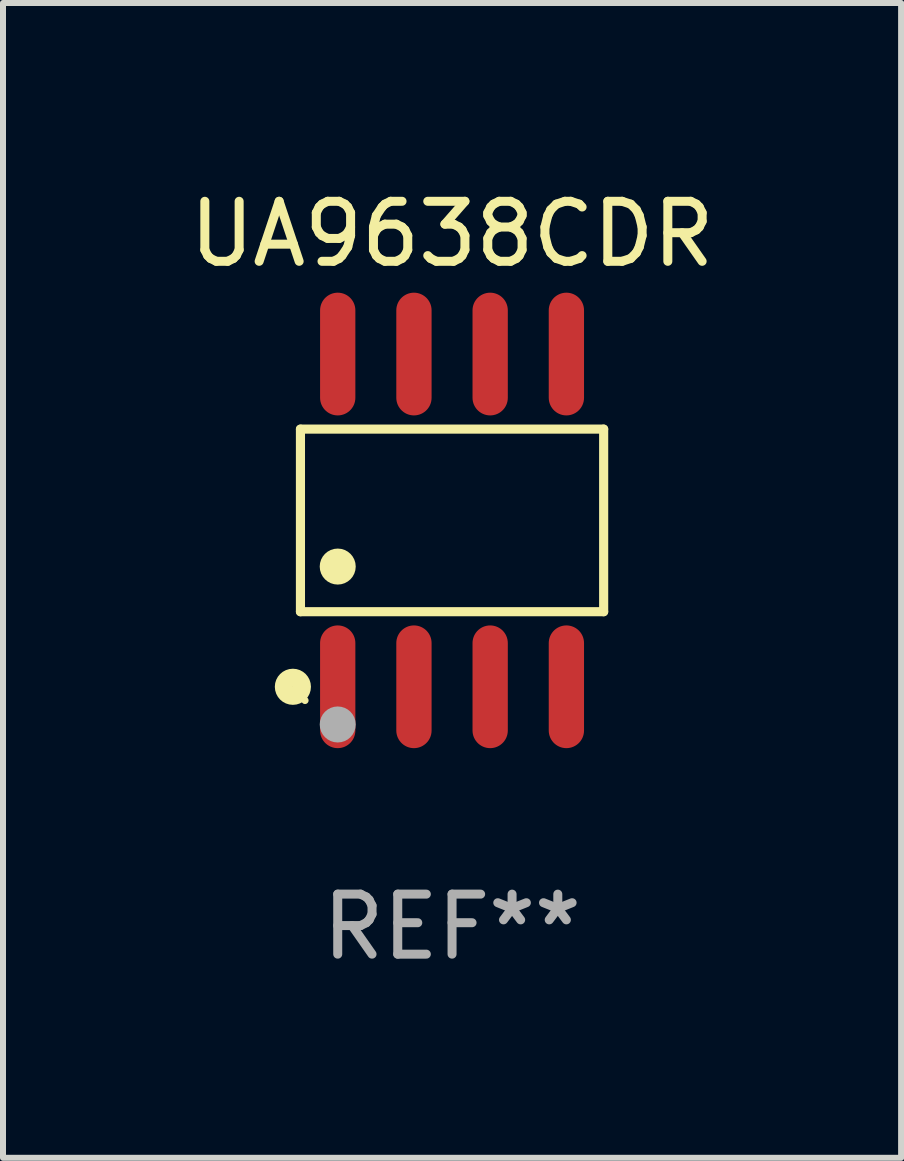
<source format=kicad_pcb>
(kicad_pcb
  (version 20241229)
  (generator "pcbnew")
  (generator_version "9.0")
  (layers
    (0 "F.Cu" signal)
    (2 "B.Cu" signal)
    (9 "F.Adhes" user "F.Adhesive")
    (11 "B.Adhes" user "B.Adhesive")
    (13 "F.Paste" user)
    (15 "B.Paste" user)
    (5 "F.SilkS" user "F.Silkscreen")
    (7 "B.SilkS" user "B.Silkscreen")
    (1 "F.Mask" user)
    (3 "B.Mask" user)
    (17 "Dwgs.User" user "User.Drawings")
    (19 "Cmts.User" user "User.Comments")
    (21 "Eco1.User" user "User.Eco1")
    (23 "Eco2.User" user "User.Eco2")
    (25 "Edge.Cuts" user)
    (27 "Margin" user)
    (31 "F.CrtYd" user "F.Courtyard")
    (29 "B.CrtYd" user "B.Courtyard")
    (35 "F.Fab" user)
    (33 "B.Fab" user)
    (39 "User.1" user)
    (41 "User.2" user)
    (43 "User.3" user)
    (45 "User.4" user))
  (footprint "UA9638CDR"
    (layer "F.Cu")
    (at 4.482 5.621)
    (property "Reference" "UA9638CDR" (at 0 -4.772 0) (layer "F.SilkS") (effects (font (size 1 1) (thickness 0.15))))
    (attr through_hole)
    (fp_line (start -2.526 -1.521) (end 2.526 -1.521) (stroke (width 0.152) (type solid)) (layer "F.SilkS"))
    (fp_line (start -2.526 1.521) (end -2.526 -1.521) (stroke (width 0.152) (type solid)) (layer "F.SilkS"))
    (fp_line (start 2.526 -1.521) (end 2.526 1.521) (stroke (width 0.152) (type solid)) (layer "F.SilkS"))
    (fp_line (start 2.526 1.521) (end -2.526 1.521) (stroke (width 0.152) (type solid)) (layer "F.SilkS"))
    (fp_circle (center -2.652 2.772) (end -2.501 2.772) (stroke (width 0.3) (type solid)) (fill no) (layer "F.SilkS"))
    (fp_circle (center -2.45 3) (end -2.42 3) (stroke (width 0.06) (type solid)) (fill no) (layer "F.SilkS"))
    (fp_circle (center -1.905 0.769) (end -1.755 0.769) (stroke (width 0.3) (type solid)) (fill no) (layer "F.SilkS"))
    (fp_circle (center -1.905 3.4) (end -1.755 3.4) (stroke (width 0.3) (type solid)) (fill no) (layer "F.Fab"))
    (fp_text user "REF**" (at 0 6.772 0) (layer "F.Fab") (effects (font (size 1 1) (thickness 0.15))))
    (pad "1" smd oval (at -1.905 2.772) (size 0.588 2.045) (layers "F.Cu" "F.Mask" "F.Paste"))
    (pad "2" smd oval (at -0.635 2.772) (size 0.588 2.045) (layers "F.Cu" "F.Mask" "F.Paste"))
    (pad "3" smd oval (at 0.635 2.772) (size 0.588 2.045) (layers "F.Cu" "F.Mask" "F.Paste"))
    (pad "4" smd oval (at 1.905 2.772) (size 0.588 2.045) (layers "F.Cu" "F.Mask" "F.Paste"))
    (pad "5" smd oval (at 1.905 -2.772) (size 0.588 2.045) (layers "F.Cu" "F.Mask" "F.Paste"))
    (pad "6" smd oval (at 0.635 -2.772) (size 0.588 2.045) (layers "F.Cu" "F.Mask" "F.Paste"))
    (pad "7" smd oval (at -0.635 -2.772) (size 0.588 2.045) (layers "F.Cu" "F.Mask" "F.Paste"))
    (pad "8" smd oval (at -1.905 -2.772) (size 0.588 2.045) (layers "F.Cu" "F.Mask" "F.Paste")))
  (gr_rect
    (start -3 -3)
    (end 11.964 16.241)
    (stroke (width 0.1) (type default))
    (fill no)
    (layer "Edge.Cuts")))
</source>
